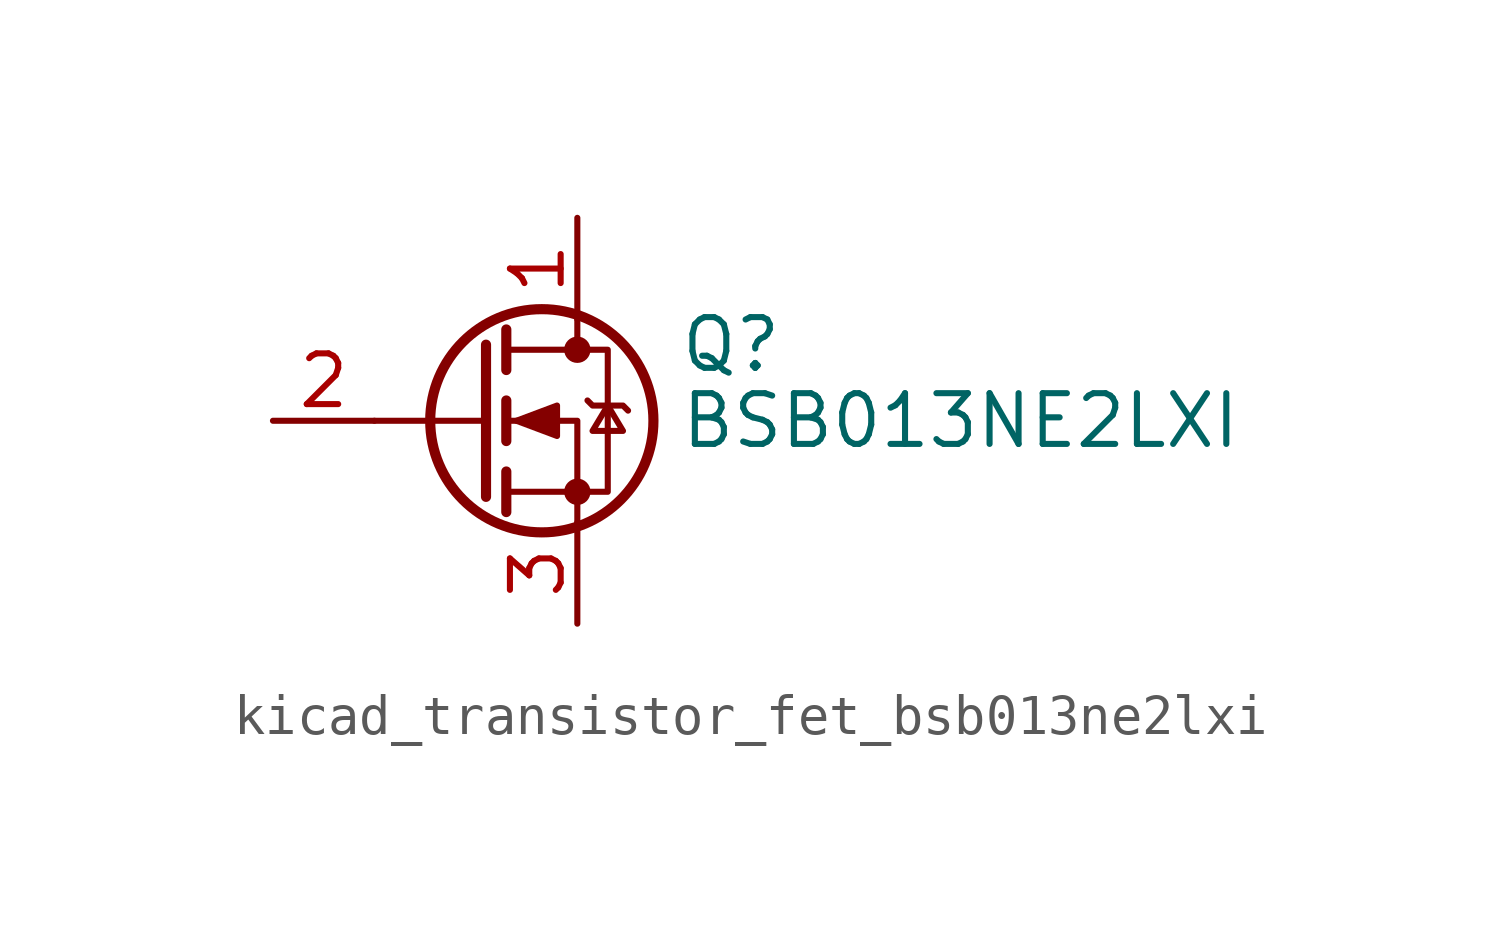
<source format=kicad_sym>
(kicad_symbol_lib
  (version 20220914)
  (generator kicad_symbol_editor)
  (symbol "kicad_transistor_fet_bsb013ne2lxi"
    (pin_names hide)
    (property "Reference" "Q"
      (at 5.08 1.905 0)
      (effects (font (size 1.27 1.27)) (justify left)))
    (property "Value" "BSB013NE2LXI"
      (at 5.08 0 0)
      (effects (font (size 1.27 1.27)) (justify left)))
    (symbol "kicad_transistor_fet_bsb013ne2lxi_0_1"
      (polyline (pts (xy 0.254 0) (xy -2.54 0)) (stroke (width 0) (type default)) (fill (type none)))
      (polyline (pts (xy 0.254 1.905) (xy 0.254 -1.905)) (stroke (width 0.254) (type default)) (fill (type none)))
      (polyline (pts (xy 0.762 -1.27) (xy 0.762 -2.286)) (stroke (width 0.254) (type default)) (fill (type none)))
      (polyline (pts (xy 0.762 0.508) (xy 0.762 -0.508)) (stroke (width 0.254) (type default)) (fill (type none)))
      (polyline (pts (xy 0.762 2.286) (xy 0.762 1.27)) (stroke (width 0.254) (type default)) (fill (type none)))
      (polyline (pts (xy 2.54 2.54) (xy 2.54 1.778)) (stroke (width 0) (type default)) (fill (type none)))
      (polyline (pts (xy 2.54 -2.54) (xy 2.54 0) (xy 0.762 0)) (stroke (width 0) (type default)) (fill (type none)))
      (polyline (pts (xy 0.762 -1.778) (xy 3.302 -1.778) (xy 3.302 1.778) (xy 0.762 1.778)) (stroke (width 0) (type default)) (fill (type none)))
      (polyline (pts (xy 1.016 0) (xy 2.032 0.381) (xy 2.032 -0.381) (xy 1.016 0)) (stroke (width 0) (type default)) (fill (type outline)))
      (polyline (pts (xy 2.794 0.508) (xy 2.921 0.381) (xy 3.683 0.381) (xy 3.81 0.254)) (stroke (width 0) (type default)) (fill (type none)))
      (polyline (pts (xy 3.302 0.381) (xy 2.921 -0.254) (xy 3.683 -0.254) (xy 3.302 0.381)) (stroke (width 0) (type default)) (fill (type none)))
      (circle (center 1.651 0) (radius 2.794) (stroke (width 0.254) (type default)) (fill (type none)))
      (circle (center 2.54 -1.778) (radius 0.254) (stroke (width 0) (type default)) (fill (type outline)))
      (circle (center 2.54 1.778) (radius 0.254) (stroke (width 0) (type default)) (fill (type outline))))
    (symbol "kicad_transistor_fet_bsb013ne2lxi_1_1"
      (pin passive line (at 2.54 5.08 270) (length 2.54) (name "D" (effects (font (size 1.27 1.27)))) (number "1" (effects (font (size 1.27 1.27)))))
      (pin input line (at -5.08 0 0) (length 2.54) (name "G" (effects (font (size 1.27 1.27)))) (number "2" (effects (font (size 1.27 1.27)))))
      (pin passive line (at 2.54 -5.08 90) (length 2.54) (name "S" (effects (font (size 1.27 1.27)))) (number "3" (effects (font (size 1.27 1.27))))))))
</source>
